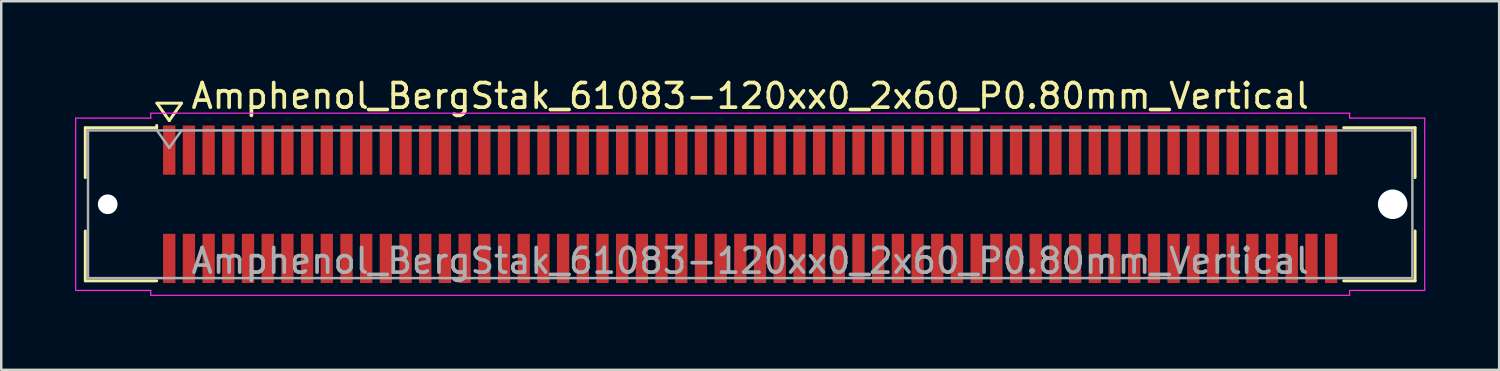
<source format=kicad_pcb>
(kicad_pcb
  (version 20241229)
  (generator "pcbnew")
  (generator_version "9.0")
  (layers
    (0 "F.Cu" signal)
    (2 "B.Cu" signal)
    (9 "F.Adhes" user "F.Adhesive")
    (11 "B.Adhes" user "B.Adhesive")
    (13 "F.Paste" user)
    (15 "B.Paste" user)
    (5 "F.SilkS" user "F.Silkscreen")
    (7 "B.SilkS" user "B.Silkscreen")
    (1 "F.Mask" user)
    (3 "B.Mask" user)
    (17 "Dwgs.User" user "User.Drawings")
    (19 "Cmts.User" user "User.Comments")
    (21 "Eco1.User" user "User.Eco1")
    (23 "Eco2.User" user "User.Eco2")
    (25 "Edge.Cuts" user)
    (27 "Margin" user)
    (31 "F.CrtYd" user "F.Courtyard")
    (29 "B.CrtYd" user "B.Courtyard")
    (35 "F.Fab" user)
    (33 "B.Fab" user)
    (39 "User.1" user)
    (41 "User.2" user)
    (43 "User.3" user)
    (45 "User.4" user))
  (footprint "Amphenol_BergStak_61083-120xx0_2x60_P0.80mm_Vertical"
    (layer "F.Cu")
    (at 27.425 5.248)
    (property "Reference" "Amphenol_BergStak_61083-120xx0_2x60_P0.80mm_Vertical" (at 0 -4.4 0) (layer "F.SilkS") (effects (font (size 1 1) (thickness 0.15))))
    (attr smd)
    (fp_line (start -27.01 -3.11) (end -24.11 -3.11) (stroke (width 0.12) (type solid)) (layer "F.SilkS"))
    (fp_line (start -27.01 -1.085) (end -27.01 -3.11) (stroke (width 0.12) (type solid)) (layer "F.SilkS"))
    (fp_line (start -27.01 1.085) (end -27.01 3.11) (stroke (width 0.12) (type solid)) (layer "F.SilkS"))
    (fp_line (start -27.01 3.11) (end -24.11 3.11) (stroke (width 0.12) (type solid)) (layer "F.SilkS"))
    (fp_line (start -24.11 -3.11) (end -24.11 -3.2) (stroke (width 0.12) (type solid)) (layer "F.SilkS"))
    (fp_line (start -24.1 -4.107) (end -23.6 -3.4) (stroke (width 0.12) (type solid)) (layer "F.SilkS"))
    (fp_line (start -23.6 -3.4) (end -23.1 -4.107) (stroke (width 0.12) (type solid)) (layer "F.SilkS"))
    (fp_line (start -23.1 -4.107) (end -24.1 -4.107) (stroke (width 0.12) (type solid)) (layer "F.SilkS"))
    (fp_line (start 27.01 -3.11) (end 24.11 -3.11) (stroke (width 0.12) (type solid)) (layer "F.SilkS"))
    (fp_line (start 27.01 -1.085) (end 27.01 -3.11) (stroke (width 0.12) (type solid)) (layer "F.SilkS"))
    (fp_line (start 27.01 1.085) (end 27.01 3.11) (stroke (width 0.12) (type solid)) (layer "F.SilkS"))
    (fp_line (start 27.01 3.11) (end 24.11 3.11) (stroke (width 0.12) (type solid)) (layer "F.SilkS"))
    (fp_line (start -27.4 -3.5) (end -27.4 3.5) (stroke (width 0.05) (type solid)) (layer "F.CrtYd"))
    (fp_line (start -27.4 3.5) (end -24.35 3.5) (stroke (width 0.05) (type solid)) (layer "F.CrtYd"))
    (fp_line (start -24.35 -3.7) (end -24.35 -3.5) (stroke (width 0.05) (type solid)) (layer "F.CrtYd"))
    (fp_line (start -24.35 -3.5) (end -27.4 -3.5) (stroke (width 0.05) (type solid)) (layer "F.CrtYd"))
    (fp_line (start -24.35 3.5) (end -24.35 3.7) (stroke (width 0.05) (type solid)) (layer "F.CrtYd"))
    (fp_line (start -24.35 3.7) (end 0 3.7) (stroke (width 0.05) (type solid)) (layer "F.CrtYd"))
    (fp_line (start 0 -3.7) (end -24.35 -3.7) (stroke (width 0.05) (type solid)) (layer "F.CrtYd"))
    (fp_line (start 0 -3.7) (end 24.35 -3.7) (stroke (width 0.05) (type solid)) (layer "F.CrtYd"))
    (fp_line (start 24.35 -3.7) (end 24.35 -3.5) (stroke (width 0.05) (type solid)) (layer "F.CrtYd"))
    (fp_line (start 24.35 -3.5) (end 27.4 -3.5) (stroke (width 0.05) (type solid)) (layer "F.CrtYd"))
    (fp_line (start 24.35 3.5) (end 24.35 3.7) (stroke (width 0.05) (type solid)) (layer "F.CrtYd"))
    (fp_line (start 24.35 3.7) (end 0 3.7) (stroke (width 0.05) (type solid)) (layer "F.CrtYd"))
    (fp_line (start 27.4 -3.5) (end 27.4 3.5) (stroke (width 0.05) (type solid)) (layer "F.CrtYd"))
    (fp_line (start 27.4 3.5) (end 24.35 3.5) (stroke (width 0.05) (type solid)) (layer "F.CrtYd"))
    (fp_line (start -26.9 -3) (end -26.9 3) (stroke (width 0.1) (type solid)) (layer "F.Fab"))
    (fp_line (start -26.9 3) (end 26.9 3) (stroke (width 0.1) (type solid)) (layer "F.Fab"))
    (fp_line (start -24.1 -3) (end -23.6 -2.293) (stroke (width 0.1) (type solid)) (layer "F.Fab"))
    (fp_line (start -23.6 -2.293) (end -23.1 -3) (stroke (width 0.1) (type solid)) (layer "F.Fab"))
    (fp_line (start 26.9 -3) (end -26.9 -3) (stroke (width 0.1) (type solid)) (layer "F.Fab"))
    (fp_line (start 26.9 3) (end 26.9 -3) (stroke (width 0.1) (type solid)) (layer "F.Fab"))
    (fp_text user "${REFERENCE}" (at 0 2.3 0) (layer "F.Fab") (effects (font (size 1 1) (thickness 0.15))))
    (pad "" np_thru_hole circle (at -26.1 0) (size 0.8 0.8) (drill 0.8) (layers "*.Cu" "*.Mask"))
    (pad "" np_thru_hole circle (at 26.1 0) (size 1.2 1.2) (drill 1.2) (layers "*.Cu" "*.Mask"))
    (pad "1" smd rect (at -23.6 -2.2) (size 0.5 2) (layers "F.Cu" "F.Mask" "F.Paste"))
    (pad "2" smd rect (at -23.6 2.2) (size 0.5 2) (layers "F.Cu" "F.Mask" "F.Paste"))
    (pad "3" smd rect (at -22.8 -2.2) (size 0.5 2) (layers "F.Cu" "F.Mask" "F.Paste"))
    (pad "4" smd rect (at -22.8 2.2) (size 0.5 2) (layers "F.Cu" "F.Mask" "F.Paste"))
    (pad "5" smd rect (at -22 -2.2) (size 0.5 2) (layers "F.Cu" "F.Mask" "F.Paste"))
    (pad "6" smd rect (at -22 2.2) (size 0.5 2) (layers "F.Cu" "F.Mask" "F.Paste"))
    (pad "7" smd rect (at -21.2 -2.2) (size 0.5 2) (layers "F.Cu" "F.Mask" "F.Paste"))
    (pad "8" smd rect (at -21.2 2.2) (size 0.5 2) (layers "F.Cu" "F.Mask" "F.Paste"))
    (pad "9" smd rect (at -20.4 -2.2) (size 0.5 2) (layers "F.Cu" "F.Mask" "F.Paste"))
    (pad "10" smd rect (at -20.4 2.2) (size 0.5 2) (layers "F.Cu" "F.Mask" "F.Paste"))
    (pad "11" smd rect (at -19.6 -2.2) (size 0.5 2) (layers "F.Cu" "F.Mask" "F.Paste"))
    (pad "12" smd rect (at -19.6 2.2) (size 0.5 2) (layers "F.Cu" "F.Mask" "F.Paste"))
    (pad "13" smd rect (at -18.8 -2.2) (size 0.5 2) (layers "F.Cu" "F.Mask" "F.Paste"))
    (pad "14" smd rect (at -18.8 2.2) (size 0.5 2) (layers "F.Cu" "F.Mask" "F.Paste"))
    (pad "15" smd rect (at -18 -2.2) (size 0.5 2) (layers "F.Cu" "F.Mask" "F.Paste"))
    (pad "16" smd rect (at -18 2.2) (size 0.5 2) (layers "F.Cu" "F.Mask" "F.Paste"))
    (pad "17" smd rect (at -17.2 -2.2) (size 0.5 2) (layers "F.Cu" "F.Mask" "F.Paste"))
    (pad "18" smd rect (at -17.2 2.2) (size 0.5 2) (layers "F.Cu" "F.Mask" "F.Paste"))
    (pad "19" smd rect (at -16.4 -2.2) (size 0.5 2) (layers "F.Cu" "F.Mask" "F.Paste"))
    (pad "20" smd rect (at -16.4 2.2) (size 0.5 2) (layers "F.Cu" "F.Mask" "F.Paste"))
    (pad "21" smd rect (at -15.6 -2.2) (size 0.5 2) (layers "F.Cu" "F.Mask" "F.Paste"))
    (pad "22" smd rect (at -15.6 2.2) (size 0.5 2) (layers "F.Cu" "F.Mask" "F.Paste"))
    (pad "23" smd rect (at -14.8 -2.2) (size 0.5 2) (layers "F.Cu" "F.Mask" "F.Paste"))
    (pad "24" smd rect (at -14.8 2.2) (size 0.5 2) (layers "F.Cu" "F.Mask" "F.Paste"))
    (pad "25" smd rect (at -14 -2.2) (size 0.5 2) (layers "F.Cu" "F.Mask" "F.Paste"))
    (pad "26" smd rect (at -14 2.2) (size 0.5 2) (layers "F.Cu" "F.Mask" "F.Paste"))
    (pad "27" smd rect (at -13.2 -2.2) (size 0.5 2) (layers "F.Cu" "F.Mask" "F.Paste"))
    (pad "28" smd rect (at -13.2 2.2) (size 0.5 2) (layers "F.Cu" "F.Mask" "F.Paste"))
    (pad "29" smd rect (at -12.4 -2.2) (size 0.5 2) (layers "F.Cu" "F.Mask" "F.Paste"))
    (pad "30" smd rect (at -12.4 2.2) (size 0.5 2) (layers "F.Cu" "F.Mask" "F.Paste"))
    (pad "31" smd rect (at -11.6 -2.2) (size 0.5 2) (layers "F.Cu" "F.Mask" "F.Paste"))
    (pad "32" smd rect (at -11.6 2.2) (size 0.5 2) (layers "F.Cu" "F.Mask" "F.Paste"))
    (pad "33" smd rect (at -10.8 -2.2) (size 0.5 2) (layers "F.Cu" "F.Mask" "F.Paste"))
    (pad "34" smd rect (at -10.8 2.2) (size 0.5 2) (layers "F.Cu" "F.Mask" "F.Paste"))
    (pad "35" smd rect (at -10 -2.2) (size 0.5 2) (layers "F.Cu" "F.Mask" "F.Paste"))
    (pad "36" smd rect (at -10 2.2) (size 0.5 2) (layers "F.Cu" "F.Mask" "F.Paste"))
    (pad "37" smd rect (at -9.2 -2.2) (size 0.5 2) (layers "F.Cu" "F.Mask" "F.Paste"))
    (pad "38" smd rect (at -9.2 2.2) (size 0.5 2) (layers "F.Cu" "F.Mask" "F.Paste"))
    (pad "39" smd rect (at -8.4 -2.2) (size 0.5 2) (layers "F.Cu" "F.Mask" "F.Paste"))
    (pad "40" smd rect (at -8.4 2.2) (size 0.5 2) (layers "F.Cu" "F.Mask" "F.Paste"))
    (pad "41" smd rect (at -7.6 -2.2) (size 0.5 2) (layers "F.Cu" "F.Mask" "F.Paste"))
    (pad "42" smd rect (at -7.6 2.2) (size 0.5 2) (layers "F.Cu" "F.Mask" "F.Paste"))
    (pad "43" smd rect (at -6.8 -2.2) (size 0.5 2) (layers "F.Cu" "F.Mask" "F.Paste"))
    (pad "44" smd rect (at -6.8 2.2) (size 0.5 2) (layers "F.Cu" "F.Mask" "F.Paste"))
    (pad "45" smd rect (at -6 -2.2) (size 0.5 2) (layers "F.Cu" "F.Mask" "F.Paste"))
    (pad "46" smd rect (at -6 2.2) (size 0.5 2) (layers "F.Cu" "F.Mask" "F.Paste"))
    (pad "47" smd rect (at -5.2 -2.2) (size 0.5 2) (layers "F.Cu" "F.Mask" "F.Paste"))
    (pad "48" smd rect (at -5.2 2.2) (size 0.5 2) (layers "F.Cu" "F.Mask" "F.Paste"))
    (pad "49" smd rect (at -4.4 -2.2) (size 0.5 2) (layers "F.Cu" "F.Mask" "F.Paste"))
    (pad "50" smd rect (at -4.4 2.2) (size 0.5 2) (layers "F.Cu" "F.Mask" "F.Paste"))
    (pad "51" smd rect (at -3.6 -2.2) (size 0.5 2) (layers "F.Cu" "F.Mask" "F.Paste"))
    (pad "52" smd rect (at -3.6 2.2) (size 0.5 2) (layers "F.Cu" "F.Mask" "F.Paste"))
    (pad "53" smd rect (at -2.8 -2.2) (size 0.5 2) (layers "F.Cu" "F.Mask" "F.Paste"))
    (pad "54" smd rect (at -2.8 2.2) (size 0.5 2) (layers "F.Cu" "F.Mask" "F.Paste"))
    (pad "55" smd rect (at -2 -2.2) (size 0.5 2) (layers "F.Cu" "F.Mask" "F.Paste"))
    (pad "56" smd rect (at -2 2.2) (size 0.5 2) (layers "F.Cu" "F.Mask" "F.Paste"))
    (pad "57" smd rect (at -1.2 -2.2) (size 0.5 2) (layers "F.Cu" "F.Mask" "F.Paste"))
    (pad "58" smd rect (at -1.2 2.2) (size 0.5 2) (layers "F.Cu" "F.Mask" "F.Paste"))
    (pad "59" smd rect (at -0.4 -2.2) (size 0.5 2) (layers "F.Cu" "F.Mask" "F.Paste"))
    (pad "60" smd rect (at -0.4 2.2) (size 0.5 2) (layers "F.Cu" "F.Mask" "F.Paste"))
    (pad "61" smd rect (at 0.4 -2.2) (size 0.5 2) (layers "F.Cu" "F.Mask" "F.Paste"))
    (pad "62" smd rect (at 0.4 2.2) (size 0.5 2) (layers "F.Cu" "F.Mask" "F.Paste"))
    (pad "63" smd rect (at 1.2 -2.2) (size 0.5 2) (layers "F.Cu" "F.Mask" "F.Paste"))
    (pad "64" smd rect (at 1.2 2.2) (size 0.5 2) (layers "F.Cu" "F.Mask" "F.Paste"))
    (pad "65" smd rect (at 2 -2.2) (size 0.5 2) (layers "F.Cu" "F.Mask" "F.Paste"))
    (pad "66" smd rect (at 2 2.2) (size 0.5 2) (layers "F.Cu" "F.Mask" "F.Paste"))
    (pad "67" smd rect (at 2.8 -2.2) (size 0.5 2) (layers "F.Cu" "F.Mask" "F.Paste"))
    (pad "68" smd rect (at 2.8 2.2) (size 0.5 2) (layers "F.Cu" "F.Mask" "F.Paste"))
    (pad "69" smd rect (at 3.6 -2.2) (size 0.5 2) (layers "F.Cu" "F.Mask" "F.Paste"))
    (pad "70" smd rect (at 3.6 2.2) (size 0.5 2) (layers "F.Cu" "F.Mask" "F.Paste"))
    (pad "71" smd rect (at 4.4 -2.2) (size 0.5 2) (layers "F.Cu" "F.Mask" "F.Paste"))
    (pad "72" smd rect (at 4.4 2.2) (size 0.5 2) (layers "F.Cu" "F.Mask" "F.Paste"))
    (pad "73" smd rect (at 5.2 -2.2) (size 0.5 2) (layers "F.Cu" "F.Mask" "F.Paste"))
    (pad "74" smd rect (at 5.2 2.2) (size 0.5 2) (layers "F.Cu" "F.Mask" "F.Paste"))
    (pad "75" smd rect (at 6 -2.2) (size 0.5 2) (layers "F.Cu" "F.Mask" "F.Paste"))
    (pad "76" smd rect (at 6 2.2) (size 0.5 2) (layers "F.Cu" "F.Mask" "F.Paste"))
    (pad "77" smd rect (at 6.8 -2.2) (size 0.5 2) (layers "F.Cu" "F.Mask" "F.Paste"))
    (pad "78" smd rect (at 6.8 2.2) (size 0.5 2) (layers "F.Cu" "F.Mask" "F.Paste"))
    (pad "79" smd rect (at 7.6 -2.2) (size 0.5 2) (layers "F.Cu" "F.Mask" "F.Paste"))
    (pad "80" smd rect (at 7.6 2.2) (size 0.5 2) (layers "F.Cu" "F.Mask" "F.Paste"))
    (pad "81" smd rect (at 8.4 -2.2) (size 0.5 2) (layers "F.Cu" "F.Mask" "F.Paste"))
    (pad "82" smd rect (at 8.4 2.2) (size 0.5 2) (layers "F.Cu" "F.Mask" "F.Paste"))
    (pad "83" smd rect (at 9.2 -2.2) (size 0.5 2) (layers "F.Cu" "F.Mask" "F.Paste"))
    (pad "84" smd rect (at 9.2 2.2) (size 0.5 2) (layers "F.Cu" "F.Mask" "F.Paste"))
    (pad "85" smd rect (at 10 -2.2) (size 0.5 2) (layers "F.Cu" "F.Mask" "F.Paste"))
    (pad "86" smd rect (at 10 2.2) (size 0.5 2) (layers "F.Cu" "F.Mask" "F.Paste"))
    (pad "87" smd rect (at 10.8 -2.2) (size 0.5 2) (layers "F.Cu" "F.Mask" "F.Paste"))
    (pad "88" smd rect (at 10.8 2.2) (size 0.5 2) (layers "F.Cu" "F.Mask" "F.Paste"))
    (pad "89" smd rect (at 11.6 -2.2) (size 0.5 2) (layers "F.Cu" "F.Mask" "F.Paste"))
    (pad "90" smd rect (at 11.6 2.2) (size 0.5 2) (layers "F.Cu" "F.Mask" "F.Paste"))
    (pad "91" smd rect (at 12.4 -2.2) (size 0.5 2) (layers "F.Cu" "F.Mask" "F.Paste"))
    (pad "92" smd rect (at 12.4 2.2) (size 0.5 2) (layers "F.Cu" "F.Mask" "F.Paste"))
    (pad "93" smd rect (at 13.2 -2.2) (size 0.5 2) (layers "F.Cu" "F.Mask" "F.Paste"))
    (pad "94" smd rect (at 13.2 2.2) (size 0.5 2) (layers "F.Cu" "F.Mask" "F.Paste"))
    (pad "95" smd rect (at 14 -2.2) (size 0.5 2) (layers "F.Cu" "F.Mask" "F.Paste"))
    (pad "96" smd rect (at 14 2.2) (size 0.5 2) (layers "F.Cu" "F.Mask" "F.Paste"))
    (pad "97" smd rect (at 14.8 -2.2) (size 0.5 2) (layers "F.Cu" "F.Mask" "F.Paste"))
    (pad "98" smd rect (at 14.8 2.2) (size 0.5 2) (layers "F.Cu" "F.Mask" "F.Paste"))
    (pad "99" smd rect (at 15.6 -2.2) (size 0.5 2) (layers "F.Cu" "F.Mask" "F.Paste"))
    (pad "100" smd rect (at 15.6 2.2) (size 0.5 2) (layers "F.Cu" "F.Mask" "F.Paste"))
    (pad "101" smd rect (at 16.4 -2.2) (size 0.5 2) (layers "F.Cu" "F.Mask" "F.Paste"))
    (pad "102" smd rect (at 16.4 2.2) (size 0.5 2) (layers "F.Cu" "F.Mask" "F.Paste"))
    (pad "103" smd rect (at 17.2 -2.2) (size 0.5 2) (layers "F.Cu" "F.Mask" "F.Paste"))
    (pad "104" smd rect (at 17.2 2.2) (size 0.5 2) (layers "F.Cu" "F.Mask" "F.Paste"))
    (pad "105" smd rect (at 18 -2.2) (size 0.5 2) (layers "F.Cu" "F.Mask" "F.Paste"))
    (pad "106" smd rect (at 18 2.2) (size 0.5 2) (layers "F.Cu" "F.Mask" "F.Paste"))
    (pad "107" smd rect (at 18.8 -2.2) (size 0.5 2) (layers "F.Cu" "F.Mask" "F.Paste"))
    (pad "108" smd rect (at 18.8 2.2) (size 0.5 2) (layers "F.Cu" "F.Mask" "F.Paste"))
    (pad "109" smd rect (at 19.6 -2.2) (size 0.5 2) (layers "F.Cu" "F.Mask" "F.Paste"))
    (pad "110" smd rect (at 19.6 2.2) (size 0.5 2) (layers "F.Cu" "F.Mask" "F.Paste"))
    (pad "111" smd rect (at 20.4 -2.2) (size 0.5 2) (layers "F.Cu" "F.Mask" "F.Paste"))
    (pad "112" smd rect (at 20.4 2.2) (size 0.5 2) (layers "F.Cu" "F.Mask" "F.Paste"))
    (pad "113" smd rect (at 21.2 -2.2) (size 0.5 2) (layers "F.Cu" "F.Mask" "F.Paste"))
    (pad "114" smd rect (at 21.2 2.2) (size 0.5 2) (layers "F.Cu" "F.Mask" "F.Paste"))
    (pad "115" smd rect (at 22 -2.2) (size 0.5 2) (layers "F.Cu" "F.Mask" "F.Paste"))
    (pad "116" smd rect (at 22 2.2) (size 0.5 2) (layers "F.Cu" "F.Mask" "F.Paste"))
    (pad "117" smd rect (at 22.8 -2.2) (size 0.5 2) (layers "F.Cu" "F.Mask" "F.Paste"))
    (pad "118" smd rect (at 22.8 2.2) (size 0.5 2) (layers "F.Cu" "F.Mask" "F.Paste"))
    (pad "119" smd rect (at 23.6 -2.2) (size 0.5 2) (layers "F.Cu" "F.Mask" "F.Paste"))
    (pad "120" smd rect (at 23.6 2.2) (size 0.5 2) (layers "F.Cu" "F.Mask" "F.Paste")))
  (gr_rect
    (start -3 -3)
    (end 57.85 11.973)
    (stroke (width 0.1) (type default))
    (fill no)
    (layer "Edge.Cuts")))
</source>
